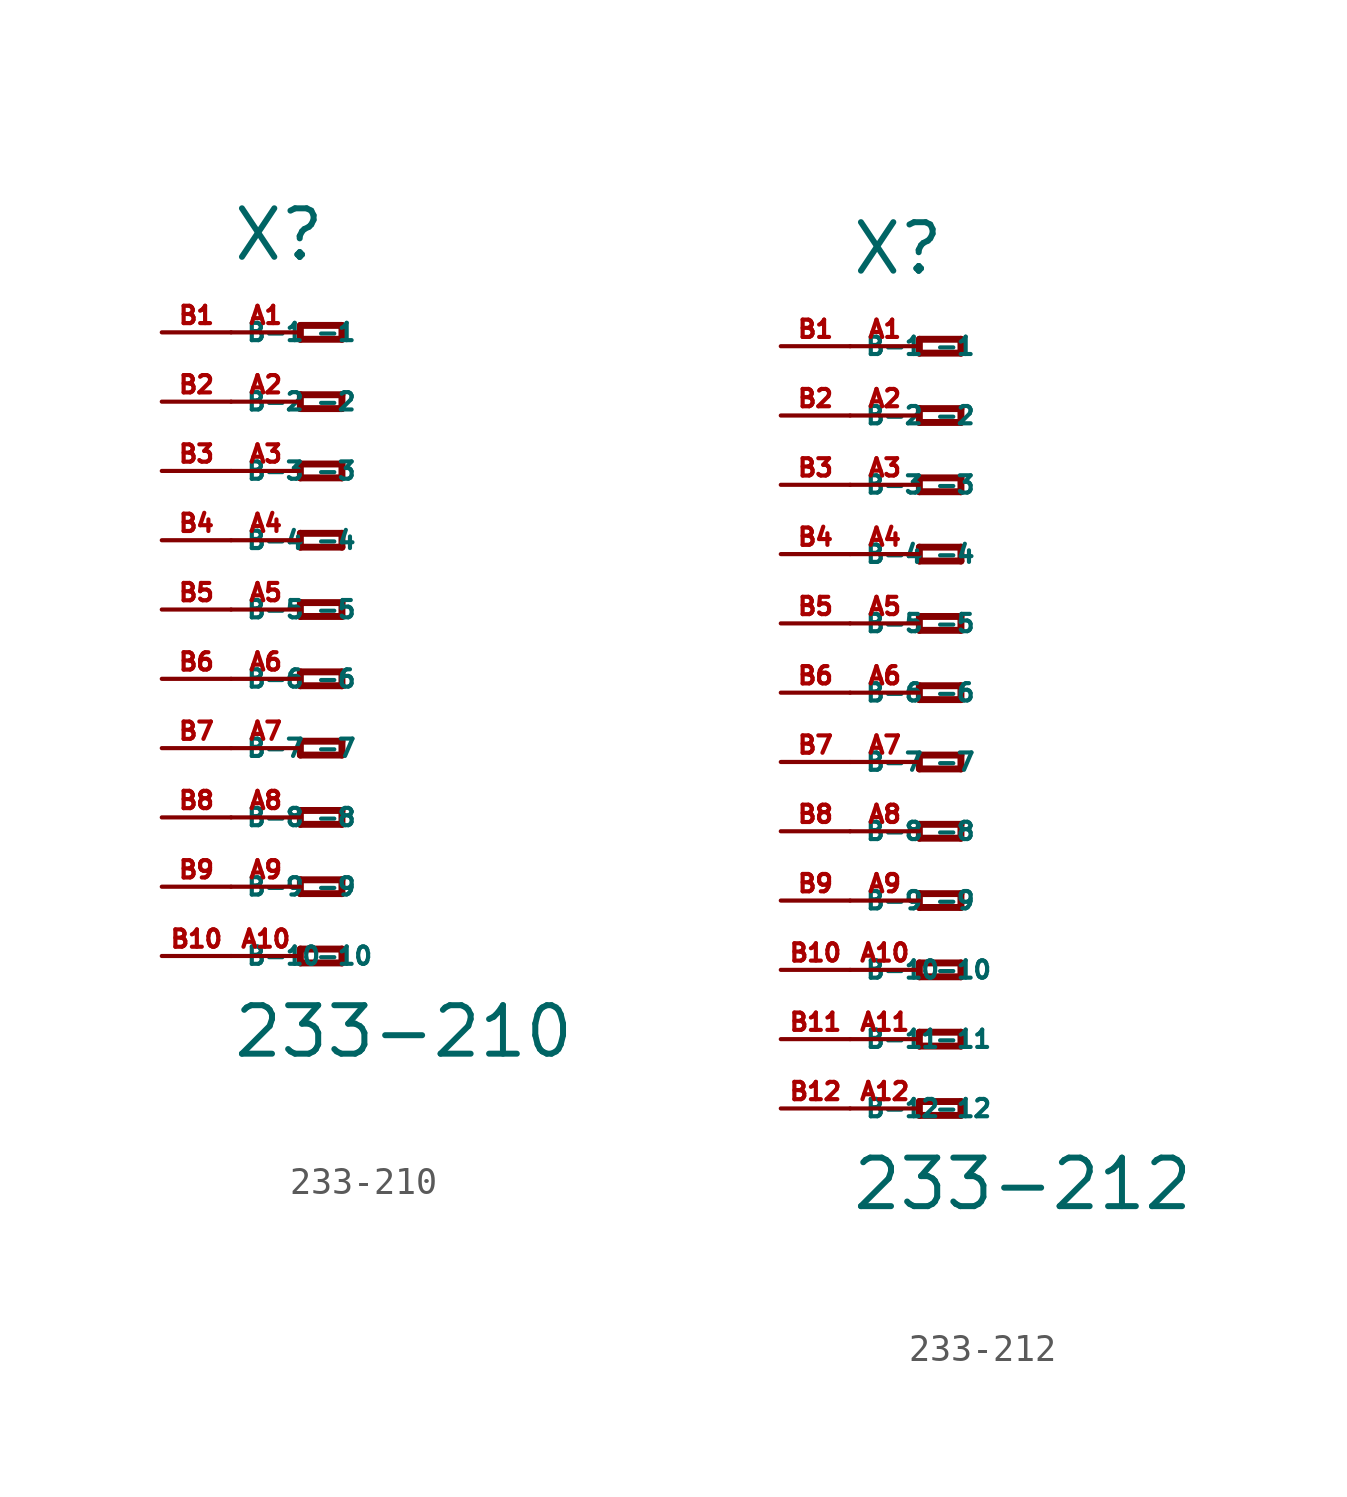
<source format=kicad_sym>
(kicad_symbol_lib
  (version 20220914)
  (generator Eagle2Kicad)
  (symbol "233-210"
    (property "Reference" "X"
      (at -5.08 12.7 0)
      (effects (font (size 1.778 1.778) (thickness 0.22)) (justify left bottom)))
    (property "Value" "233-210"
      (at -5.08 -16.51 0)
      (effects (font (size 1.778 1.778) (thickness 0.22)) (justify left bottom)))
    (polyline
      (pts (xy -2.54 10.414) (xy -2.54 9.906))
      (stroke (width 0.254) (type default))
      (fill (type none)))
    (polyline
      (pts (xy -2.54 9.906) (xy -1.016 9.906))
      (stroke (width 0.254) (type default))
      (fill (type none)))
    (polyline
      (pts (xy -1.016 9.906) (xy -1.016 10.414))
      (stroke (width 0.254) (type default))
      (fill (type none)))
    (polyline
      (pts (xy -1.016 10.414) (xy -2.54 10.414))
      (stroke (width 0.254) (type default))
      (fill (type none)))
    (polyline
      (pts (xy -2.54 7.874) (xy -2.54 7.366))
      (stroke (width 0.254) (type default))
      (fill (type none)))
    (polyline
      (pts (xy -2.54 7.366) (xy -1.016 7.366))
      (stroke (width 0.254) (type default))
      (fill (type none)))
    (polyline
      (pts (xy -1.016 7.366) (xy -1.016 7.874))
      (stroke (width 0.254) (type default))
      (fill (type none)))
    (polyline
      (pts (xy -1.016 7.874) (xy -2.54 7.874))
      (stroke (width 0.254) (type default))
      (fill (type none)))
    (polyline
      (pts (xy -2.54 5.334) (xy -2.54 4.826))
      (stroke (width 0.254) (type default))
      (fill (type none)))
    (polyline
      (pts (xy -2.54 4.826) (xy -1.016 4.826))
      (stroke (width 0.254) (type default))
      (fill (type none)))
    (polyline
      (pts (xy -1.016 4.826) (xy -1.016 5.334))
      (stroke (width 0.254) (type default))
      (fill (type none)))
    (polyline
      (pts (xy -1.016 5.334) (xy -2.54 5.334))
      (stroke (width 0.254) (type default))
      (fill (type none)))
    (polyline
      (pts (xy -2.54 2.794) (xy -2.54 2.286))
      (stroke (width 0.254) (type default))
      (fill (type none)))
    (polyline
      (pts (xy -2.54 2.286) (xy -1.016 2.286))
      (stroke (width 0.254) (type default))
      (fill (type none)))
    (polyline
      (pts (xy -1.016 2.286) (xy -1.016 2.794))
      (stroke (width 0.254) (type default))
      (fill (type none)))
    (polyline
      (pts (xy -1.016 2.794) (xy -2.54 2.794))
      (stroke (width 0.254) (type default))
      (fill (type none)))
    (polyline
      (pts (xy -2.54 0.254) (xy -2.54 -0.254))
      (stroke (width 0.254) (type default))
      (fill (type none)))
    (polyline
      (pts (xy -2.54 -0.254) (xy -1.016 -0.254))
      (stroke (width 0.254) (type default))
      (fill (type none)))
    (polyline
      (pts (xy -1.016 -0.254) (xy -1.016 0.254))
      (stroke (width 0.254) (type default))
      (fill (type none)))
    (polyline
      (pts (xy -1.016 0.254) (xy -2.54 0.254))
      (stroke (width 0.254) (type default))
      (fill (type none)))
    (polyline
      (pts (xy -2.54 -2.286) (xy -2.54 -2.794))
      (stroke (width 0.254) (type default))
      (fill (type none)))
    (polyline
      (pts (xy -2.54 -2.794) (xy -1.016 -2.794))
      (stroke (width 0.254) (type default))
      (fill (type none)))
    (polyline
      (pts (xy -1.016 -2.794) (xy -1.016 -2.286))
      (stroke (width 0.254) (type default))
      (fill (type none)))
    (polyline
      (pts (xy -1.016 -2.286) (xy -2.54 -2.286))
      (stroke (width 0.254) (type default))
      (fill (type none)))
    (polyline
      (pts (xy -2.54 -4.826) (xy -2.54 -5.334))
      (stroke (width 0.254) (type default))
      (fill (type none)))
    (polyline
      (pts (xy -2.54 -5.334) (xy -1.016 -5.334))
      (stroke (width 0.254) (type default))
      (fill (type none)))
    (polyline
      (pts (xy -1.016 -5.334) (xy -1.016 -4.826))
      (stroke (width 0.254) (type default))
      (fill (type none)))
    (polyline
      (pts (xy -1.016 -4.826) (xy -2.54 -4.826))
      (stroke (width 0.254) (type default))
      (fill (type none)))
    (polyline
      (pts (xy -2.54 -7.366) (xy -2.54 -7.874))
      (stroke (width 0.254) (type default))
      (fill (type none)))
    (polyline
      (pts (xy -2.54 -7.874) (xy -1.016 -7.874))
      (stroke (width 0.254) (type default))
      (fill (type none)))
    (polyline
      (pts (xy -1.016 -7.874) (xy -1.016 -7.366))
      (stroke (width 0.254) (type default))
      (fill (type none)))
    (polyline
      (pts (xy -1.016 -7.366) (xy -2.54 -7.366))
      (stroke (width 0.254) (type default))
      (fill (type none)))
    (polyline
      (pts (xy -2.54 -9.906) (xy -2.54 -10.414))
      (stroke (width 0.254) (type default))
      (fill (type none)))
    (polyline
      (pts (xy -2.54 -10.414) (xy -1.016 -10.414))
      (stroke (width 0.254) (type default))
      (fill (type none)))
    (polyline
      (pts (xy -1.016 -10.414) (xy -1.016 -9.906))
      (stroke (width 0.254) (type default))
      (fill (type none)))
    (polyline
      (pts (xy -1.016 -9.906) (xy -2.54 -9.906))
      (stroke (width 0.254) (type default))
      (fill (type none)))
    (polyline
      (pts (xy -2.54 -12.446) (xy -2.54 -12.954))
      (stroke (width 0.254) (type default))
      (fill (type none)))
    (polyline
      (pts (xy -2.54 -12.954) (xy -1.016 -12.954))
      (stroke (width 0.254) (type default))
      (fill (type none)))
    (polyline
      (pts (xy -1.016 -12.954) (xy -1.016 -12.446))
      (stroke (width 0.254) (type default))
      (fill (type none)))
    (polyline
      (pts (xy -1.016 -12.446) (xy -2.54 -12.446))
      (stroke (width 0.254) (type default))
      (fill (type none)))
    (pin passive line
      (at -5.08 10.16 0)
      (length 2.54)
      (name "-1" (effects (font (size 0.635 0.635) (thickness 0.08)) (justify left bottom)))
      (number "A1" (effects (font (size 0.635 0.635) (thickness 0.08)) (justify left bottom))))
    (pin passive line
      (at -5.08 7.62 0)
      (length 2.54)
      (name "-2" (effects (font (size 0.635 0.635) (thickness 0.08)) (justify left bottom)))
      (number "A2" (effects (font (size 0.635 0.635) (thickness 0.08)) (justify left bottom))))
    (pin passive line
      (at -5.08 5.08 0)
      (length 2.54)
      (name "-3" (effects (font (size 0.635 0.635) (thickness 0.08)) (justify left bottom)))
      (number "A3" (effects (font (size 0.635 0.635) (thickness 0.08)) (justify left bottom))))
    (pin passive line
      (at -5.08 2.54 0)
      (length 2.54)
      (name "-4" (effects (font (size 0.635 0.635) (thickness 0.08)) (justify left bottom)))
      (number "A4" (effects (font (size 0.635 0.635) (thickness 0.08)) (justify left bottom))))
    (pin passive line
      (at -5.08 0 0)
      (length 2.54)
      (name "-5" (effects (font (size 0.635 0.635) (thickness 0.08)) (justify left bottom)))
      (number "A5" (effects (font (size 0.635 0.635) (thickness 0.08)) (justify left bottom))))
    (pin passive line
      (at -5.08 -2.54 0)
      (length 2.54)
      (name "-6" (effects (font (size 0.635 0.635) (thickness 0.08)) (justify left bottom)))
      (number "A6" (effects (font (size 0.635 0.635) (thickness 0.08)) (justify left bottom))))
    (pin passive line
      (at -5.08 -5.08 0)
      (length 2.54)
      (name "-7" (effects (font (size 0.635 0.635) (thickness 0.08)) (justify left bottom)))
      (number "A7" (effects (font (size 0.635 0.635) (thickness 0.08)) (justify left bottom))))
    (pin passive line
      (at -5.08 -7.62 0)
      (length 2.54)
      (name "-8" (effects (font (size 0.635 0.635) (thickness 0.08)) (justify left bottom)))
      (number "A8" (effects (font (size 0.635 0.635) (thickness 0.08)) (justify left bottom))))
    (pin passive line
      (at -5.08 -10.16 0)
      (length 2.54)
      (name "-9" (effects (font (size 0.635 0.635) (thickness 0.08)) (justify left bottom)))
      (number "A9" (effects (font (size 0.635 0.635) (thickness 0.08)) (justify left bottom))))
    (pin passive line
      (at -5.08 -12.7 0)
      (length 2.54)
      (name "-10" (effects (font (size 0.635 0.635) (thickness 0.08)) (justify left bottom)))
      (number "A10" (effects (font (size 0.635 0.635) (thickness 0.08)) (justify left bottom))))
    (pin passive line
      (at -7.62 -12.7 0)
      (length 2.54)
      (name "B-10" (effects (font (size 0.635 0.635) (thickness 0.08)) (justify left bottom)))
      (number "B10" (effects (font (size 0.635 0.635) (thickness 0.08)) (justify left bottom))))
    (pin passive line
      (at -7.62 10.16 0)
      (length 2.54)
      (name "B-1" (effects (font (size 0.635 0.635) (thickness 0.08)) (justify left bottom)))
      (number "B1" (effects (font (size 0.635 0.635) (thickness 0.08)) (justify left bottom))))
    (pin passive line
      (at -7.62 7.62 0)
      (length 2.54)
      (name "B-2" (effects (font (size 0.635 0.635) (thickness 0.08)) (justify left bottom)))
      (number "B2" (effects (font (size 0.635 0.635) (thickness 0.08)) (justify left bottom))))
    (pin passive line
      (at -7.62 5.08 0)
      (length 2.54)
      (name "B-3" (effects (font (size 0.635 0.635) (thickness 0.08)) (justify left bottom)))
      (number "B3" (effects (font (size 0.635 0.635) (thickness 0.08)) (justify left bottom))))
    (pin passive line
      (at -7.62 2.54 0)
      (length 2.54)
      (name "B-4" (effects (font (size 0.635 0.635) (thickness 0.08)) (justify left bottom)))
      (number "B4" (effects (font (size 0.635 0.635) (thickness 0.08)) (justify left bottom))))
    (pin passive line
      (at -7.62 0 0)
      (length 2.54)
      (name "B-5" (effects (font (size 0.635 0.635) (thickness 0.08)) (justify left bottom)))
      (number "B5" (effects (font (size 0.635 0.635) (thickness 0.08)) (justify left bottom))))
    (pin passive line
      (at -7.62 -2.54 0)
      (length 2.54)
      (name "B-6" (effects (font (size 0.635 0.635) (thickness 0.08)) (justify left bottom)))
      (number "B6" (effects (font (size 0.635 0.635) (thickness 0.08)) (justify left bottom))))
    (pin passive line
      (at -7.62 -5.08 0)
      (length 2.54)
      (name "B-7" (effects (font (size 0.635 0.635) (thickness 0.08)) (justify left bottom)))
      (number "B7" (effects (font (size 0.635 0.635) (thickness 0.08)) (justify left bottom))))
    (pin passive line
      (at -7.62 -7.62 0)
      (length 2.54)
      (name "B-8" (effects (font (size 0.635 0.635) (thickness 0.08)) (justify left bottom)))
      (number "B8" (effects (font (size 0.635 0.635) (thickness 0.08)) (justify left bottom))))
    (pin passive line
      (at -7.62 -10.16 0)
      (length 2.54)
      (name "B-9" (effects (font (size 0.635 0.635) (thickness 0.08)) (justify left bottom)))
      (number "B9" (effects (font (size 0.635 0.635) (thickness 0.08)) (justify left bottom)))))
  (symbol "233-212"
    (property "Reference" "X"
      (at -5.08 15.24 0)
      (effects (font (size 1.778 1.778) (thickness 0.22)) (justify left bottom)))
    (property "Value" "233-212"
      (at -5.08 -19.05 0)
      (effects (font (size 1.778 1.778) (thickness 0.22)) (justify left bottom)))
    (polyline
      (pts (xy -2.54 12.954) (xy -2.54 12.446))
      (stroke (width 0.254) (type default))
      (fill (type none)))
    (polyline
      (pts (xy -2.54 12.446) (xy -1.016 12.446))
      (stroke (width 0.254) (type default))
      (fill (type none)))
    (polyline
      (pts (xy -1.016 12.446) (xy -1.016 12.954))
      (stroke (width 0.254) (type default))
      (fill (type none)))
    (polyline
      (pts (xy -1.016 12.954) (xy -2.54 12.954))
      (stroke (width 0.254) (type default))
      (fill (type none)))
    (polyline
      (pts (xy -2.54 10.414) (xy -2.54 9.906))
      (stroke (width 0.254) (type default))
      (fill (type none)))
    (polyline
      (pts (xy -2.54 9.906) (xy -1.016 9.906))
      (stroke (width 0.254) (type default))
      (fill (type none)))
    (polyline
      (pts (xy -1.016 9.906) (xy -1.016 10.414))
      (stroke (width 0.254) (type default))
      (fill (type none)))
    (polyline
      (pts (xy -1.016 10.414) (xy -2.54 10.414))
      (stroke (width 0.254) (type default))
      (fill (type none)))
    (polyline
      (pts (xy -2.54 7.874) (xy -2.54 7.366))
      (stroke (width 0.254) (type default))
      (fill (type none)))
    (polyline
      (pts (xy -2.54 7.366) (xy -1.016 7.366))
      (stroke (width 0.254) (type default))
      (fill (type none)))
    (polyline
      (pts (xy -1.016 7.366) (xy -1.016 7.874))
      (stroke (width 0.254) (type default))
      (fill (type none)))
    (polyline
      (pts (xy -1.016 7.874) (xy -2.54 7.874))
      (stroke (width 0.254) (type default))
      (fill (type none)))
    (polyline
      (pts (xy -2.54 5.334) (xy -2.54 4.826))
      (stroke (width 0.254) (type default))
      (fill (type none)))
    (polyline
      (pts (xy -2.54 4.826) (xy -1.016 4.826))
      (stroke (width 0.254) (type default))
      (fill (type none)))
    (polyline
      (pts (xy -1.016 4.826) (xy -1.016 5.334))
      (stroke (width 0.254) (type default))
      (fill (type none)))
    (polyline
      (pts (xy -1.016 5.334) (xy -2.54 5.334))
      (stroke (width 0.254) (type default))
      (fill (type none)))
    (polyline
      (pts (xy -2.54 2.794) (xy -2.54 2.286))
      (stroke (width 0.254) (type default))
      (fill (type none)))
    (polyline
      (pts (xy -2.54 2.286) (xy -1.016 2.286))
      (stroke (width 0.254) (type default))
      (fill (type none)))
    (polyline
      (pts (xy -1.016 2.286) (xy -1.016 2.794))
      (stroke (width 0.254) (type default))
      (fill (type none)))
    (polyline
      (pts (xy -1.016 2.794) (xy -2.54 2.794))
      (stroke (width 0.254) (type default))
      (fill (type none)))
    (polyline
      (pts (xy -2.54 0.254) (xy -2.54 -0.254))
      (stroke (width 0.254) (type default))
      (fill (type none)))
    (polyline
      (pts (xy -2.54 -0.254) (xy -1.016 -0.254))
      (stroke (width 0.254) (type default))
      (fill (type none)))
    (polyline
      (pts (xy -1.016 -0.254) (xy -1.016 0.254))
      (stroke (width 0.254) (type default))
      (fill (type none)))
    (polyline
      (pts (xy -1.016 0.254) (xy -2.54 0.254))
      (stroke (width 0.254) (type default))
      (fill (type none)))
    (polyline
      (pts (xy -2.54 -2.286) (xy -2.54 -2.794))
      (stroke (width 0.254) (type default))
      (fill (type none)))
    (polyline
      (pts (xy -2.54 -2.794) (xy -1.016 -2.794))
      (stroke (width 0.254) (type default))
      (fill (type none)))
    (polyline
      (pts (xy -1.016 -2.794) (xy -1.016 -2.286))
      (stroke (width 0.254) (type default))
      (fill (type none)))
    (polyline
      (pts (xy -1.016 -2.286) (xy -2.54 -2.286))
      (stroke (width 0.254) (type default))
      (fill (type none)))
    (polyline
      (pts (xy -2.54 -4.826) (xy -2.54 -5.334))
      (stroke (width 0.254) (type default))
      (fill (type none)))
    (polyline
      (pts (xy -2.54 -5.334) (xy -1.016 -5.334))
      (stroke (width 0.254) (type default))
      (fill (type none)))
    (polyline
      (pts (xy -1.016 -5.334) (xy -1.016 -4.826))
      (stroke (width 0.254) (type default))
      (fill (type none)))
    (polyline
      (pts (xy -1.016 -4.826) (xy -2.54 -4.826))
      (stroke (width 0.254) (type default))
      (fill (type none)))
    (polyline
      (pts (xy -2.54 -7.366) (xy -2.54 -7.874))
      (stroke (width 0.254) (type default))
      (fill (type none)))
    (polyline
      (pts (xy -2.54 -7.874) (xy -1.016 -7.874))
      (stroke (width 0.254) (type default))
      (fill (type none)))
    (polyline
      (pts (xy -1.016 -7.874) (xy -1.016 -7.366))
      (stroke (width 0.254) (type default))
      (fill (type none)))
    (polyline
      (pts (xy -1.016 -7.366) (xy -2.54 -7.366))
      (stroke (width 0.254) (type default))
      (fill (type none)))
    (polyline
      (pts (xy -2.54 -9.906) (xy -2.54 -10.414))
      (stroke (width 0.254) (type default))
      (fill (type none)))
    (polyline
      (pts (xy -2.54 -10.414) (xy -1.016 -10.414))
      (stroke (width 0.254) (type default))
      (fill (type none)))
    (polyline
      (pts (xy -1.016 -10.414) (xy -1.016 -9.906))
      (stroke (width 0.254) (type default))
      (fill (type none)))
    (polyline
      (pts (xy -1.016 -9.906) (xy -2.54 -9.906))
      (stroke (width 0.254) (type default))
      (fill (type none)))
    (polyline
      (pts (xy -2.54 -12.446) (xy -2.54 -12.954))
      (stroke (width 0.254) (type default))
      (fill (type none)))
    (polyline
      (pts (xy -2.54 -12.954) (xy -1.016 -12.954))
      (stroke (width 0.254) (type default))
      (fill (type none)))
    (polyline
      (pts (xy -1.016 -12.954) (xy -1.016 -12.446))
      (stroke (width 0.254) (type default))
      (fill (type none)))
    (polyline
      (pts (xy -1.016 -12.446) (xy -2.54 -12.446))
      (stroke (width 0.254) (type default))
      (fill (type none)))
    (polyline
      (pts (xy -2.54 -14.986) (xy -2.54 -15.494))
      (stroke (width 0.254) (type default))
      (fill (type none)))
    (polyline
      (pts (xy -2.54 -15.494) (xy -1.016 -15.494))
      (stroke (width 0.254) (type default))
      (fill (type none)))
    (polyline
      (pts (xy -1.016 -15.494) (xy -1.016 -14.986))
      (stroke (width 0.254) (type default))
      (fill (type none)))
    (polyline
      (pts (xy -1.016 -14.986) (xy -2.54 -14.986))
      (stroke (width 0.254) (type default))
      (fill (type none)))
    (pin passive line
      (at -5.08 12.7 0)
      (length 2.54)
      (name "-1" (effects (font (size 0.635 0.635) (thickness 0.08)) (justify left bottom)))
      (number "A1" (effects (font (size 0.635 0.635) (thickness 0.08)) (justify left bottom))))
    (pin passive line
      (at -5.08 10.16 0)
      (length 2.54)
      (name "-2" (effects (font (size 0.635 0.635) (thickness 0.08)) (justify left bottom)))
      (number "A2" (effects (font (size 0.635 0.635) (thickness 0.08)) (justify left bottom))))
    (pin passive line
      (at -5.08 7.62 0)
      (length 2.54)
      (name "-3" (effects (font (size 0.635 0.635) (thickness 0.08)) (justify left bottom)))
      (number "A3" (effects (font (size 0.635 0.635) (thickness 0.08)) (justify left bottom))))
    (pin passive line
      (at -5.08 5.08 0)
      (length 2.54)
      (name "-4" (effects (font (size 0.635 0.635) (thickness 0.08)) (justify left bottom)))
      (number "A4" (effects (font (size 0.635 0.635) (thickness 0.08)) (justify left bottom))))
    (pin passive line
      (at -5.08 2.54 0)
      (length 2.54)
      (name "-5" (effects (font (size 0.635 0.635) (thickness 0.08)) (justify left bottom)))
      (number "A5" (effects (font (size 0.635 0.635) (thickness 0.08)) (justify left bottom))))
    (pin passive line
      (at -5.08 0 0)
      (length 2.54)
      (name "-6" (effects (font (size 0.635 0.635) (thickness 0.08)) (justify left bottom)))
      (number "A6" (effects (font (size 0.635 0.635) (thickness 0.08)) (justify left bottom))))
    (pin passive line
      (at -5.08 -2.54 0)
      (length 2.54)
      (name "-7" (effects (font (size 0.635 0.635) (thickness 0.08)) (justify left bottom)))
      (number "A7" (effects (font (size 0.635 0.635) (thickness 0.08)) (justify left bottom))))
    (pin passive line
      (at -5.08 -5.08 0)
      (length 2.54)
      (name "-8" (effects (font (size 0.635 0.635) (thickness 0.08)) (justify left bottom)))
      (number "A8" (effects (font (size 0.635 0.635) (thickness 0.08)) (justify left bottom))))
    (pin passive line
      (at -5.08 -7.62 0)
      (length 2.54)
      (name "-9" (effects (font (size 0.635 0.635) (thickness 0.08)) (justify left bottom)))
      (number "A9" (effects (font (size 0.635 0.635) (thickness 0.08)) (justify left bottom))))
    (pin passive line
      (at -5.08 -10.16 0)
      (length 2.54)
      (name "-10" (effects (font (size 0.635 0.635) (thickness 0.08)) (justify left bottom)))
      (number "A10" (effects (font (size 0.635 0.635) (thickness 0.08)) (justify left bottom))))
    (pin passive line
      (at -5.08 -12.7 0)
      (length 2.54)
      (name "-11" (effects (font (size 0.635 0.635) (thickness 0.08)) (justify left bottom)))
      (number "A11" (effects (font (size 0.635 0.635) (thickness 0.08)) (justify left bottom))))
    (pin passive line
      (at -5.08 -15.24 0)
      (length 2.54)
      (name "-12" (effects (font (size 0.635 0.635) (thickness 0.08)) (justify left bottom)))
      (number "A12" (effects (font (size 0.635 0.635) (thickness 0.08)) (justify left bottom))))
    (pin passive line
      (at -7.62 -15.24 0)
      (length 2.54)
      (name "B-12" (effects (font (size 0.635 0.635) (thickness 0.08)) (justify left bottom)))
      (number "B12" (effects (font (size 0.635 0.635) (thickness 0.08)) (justify left bottom))))
    (pin passive line
      (at -7.62 12.7 0)
      (length 2.54)
      (name "B-1" (effects (font (size 0.635 0.635) (thickness 0.08)) (justify left bottom)))
      (number "B1" (effects (font (size 0.635 0.635) (thickness 0.08)) (justify left bottom))))
    (pin passive line
      (at -7.62 10.16 0)
      (length 2.54)
      (name "B-2" (effects (font (size 0.635 0.635) (thickness 0.08)) (justify left bottom)))
      (number "B2" (effects (font (size 0.635 0.635) (thickness 0.08)) (justify left bottom))))
    (pin passive line
      (at -7.62 7.62 0)
      (length 2.54)
      (name "B-3" (effects (font (size 0.635 0.635) (thickness 0.08)) (justify left bottom)))
      (number "B3" (effects (font (size 0.635 0.635) (thickness 0.08)) (justify left bottom))))
    (pin passive line
      (at -7.62 5.08 0)
      (length 2.54)
      (name "B-4" (effects (font (size 0.635 0.635) (thickness 0.08)) (justify left bottom)))
      (number "B4" (effects (font (size 0.635 0.635) (thickness 0.08)) (justify left bottom))))
    (pin passive line
      (at -7.62 2.54 0)
      (length 2.54)
      (name "B-5" (effects (font (size 0.635 0.635) (thickness 0.08)) (justify left bottom)))
      (number "B5" (effects (font (size 0.635 0.635) (thickness 0.08)) (justify left bottom))))
    (pin passive line
      (at -7.62 0 0)
      (length 2.54)
      (name "B-6" (effects (font (size 0.635 0.635) (thickness 0.08)) (justify left bottom)))
      (number "B6" (effects (font (size 0.635 0.635) (thickness 0.08)) (justify left bottom))))
    (pin passive line
      (at -7.62 -2.54 0)
      (length 2.54)
      (name "B-7" (effects (font (size 0.635 0.635) (thickness 0.08)) (justify left bottom)))
      (number "B7" (effects (font (size 0.635 0.635) (thickness 0.08)) (justify left bottom))))
    (pin passive line
      (at -7.62 -5.08 0)
      (length 2.54)
      (name "B-8" (effects (font (size 0.635 0.635) (thickness 0.08)) (justify left bottom)))
      (number "B8" (effects (font (size 0.635 0.635) (thickness 0.08)) (justify left bottom))))
    (pin passive line
      (at -7.62 -7.62 0)
      (length 2.54)
      (name "B-9" (effects (font (size 0.635 0.635) (thickness 0.08)) (justify left bottom)))
      (number "B9" (effects (font (size 0.635 0.635) (thickness 0.08)) (justify left bottom))))
    (pin passive line
      (at -7.62 -10.16 0)
      (length 2.54)
      (name "B-10" (effects (font (size 0.635 0.635) (thickness 0.08)) (justify left bottom)))
      (number "B10" (effects (font (size 0.635 0.635) (thickness 0.08)) (justify left bottom))))
    (pin passive line
      (at -7.62 -12.7 0)
      (length 2.54)
      (name "B-11" (effects (font (size 0.635 0.635) (thickness 0.08)) (justify left bottom)))
      (number "B11" (effects (font (size 0.635 0.635) (thickness 0.08)) (justify left bottom))))))
</source>
